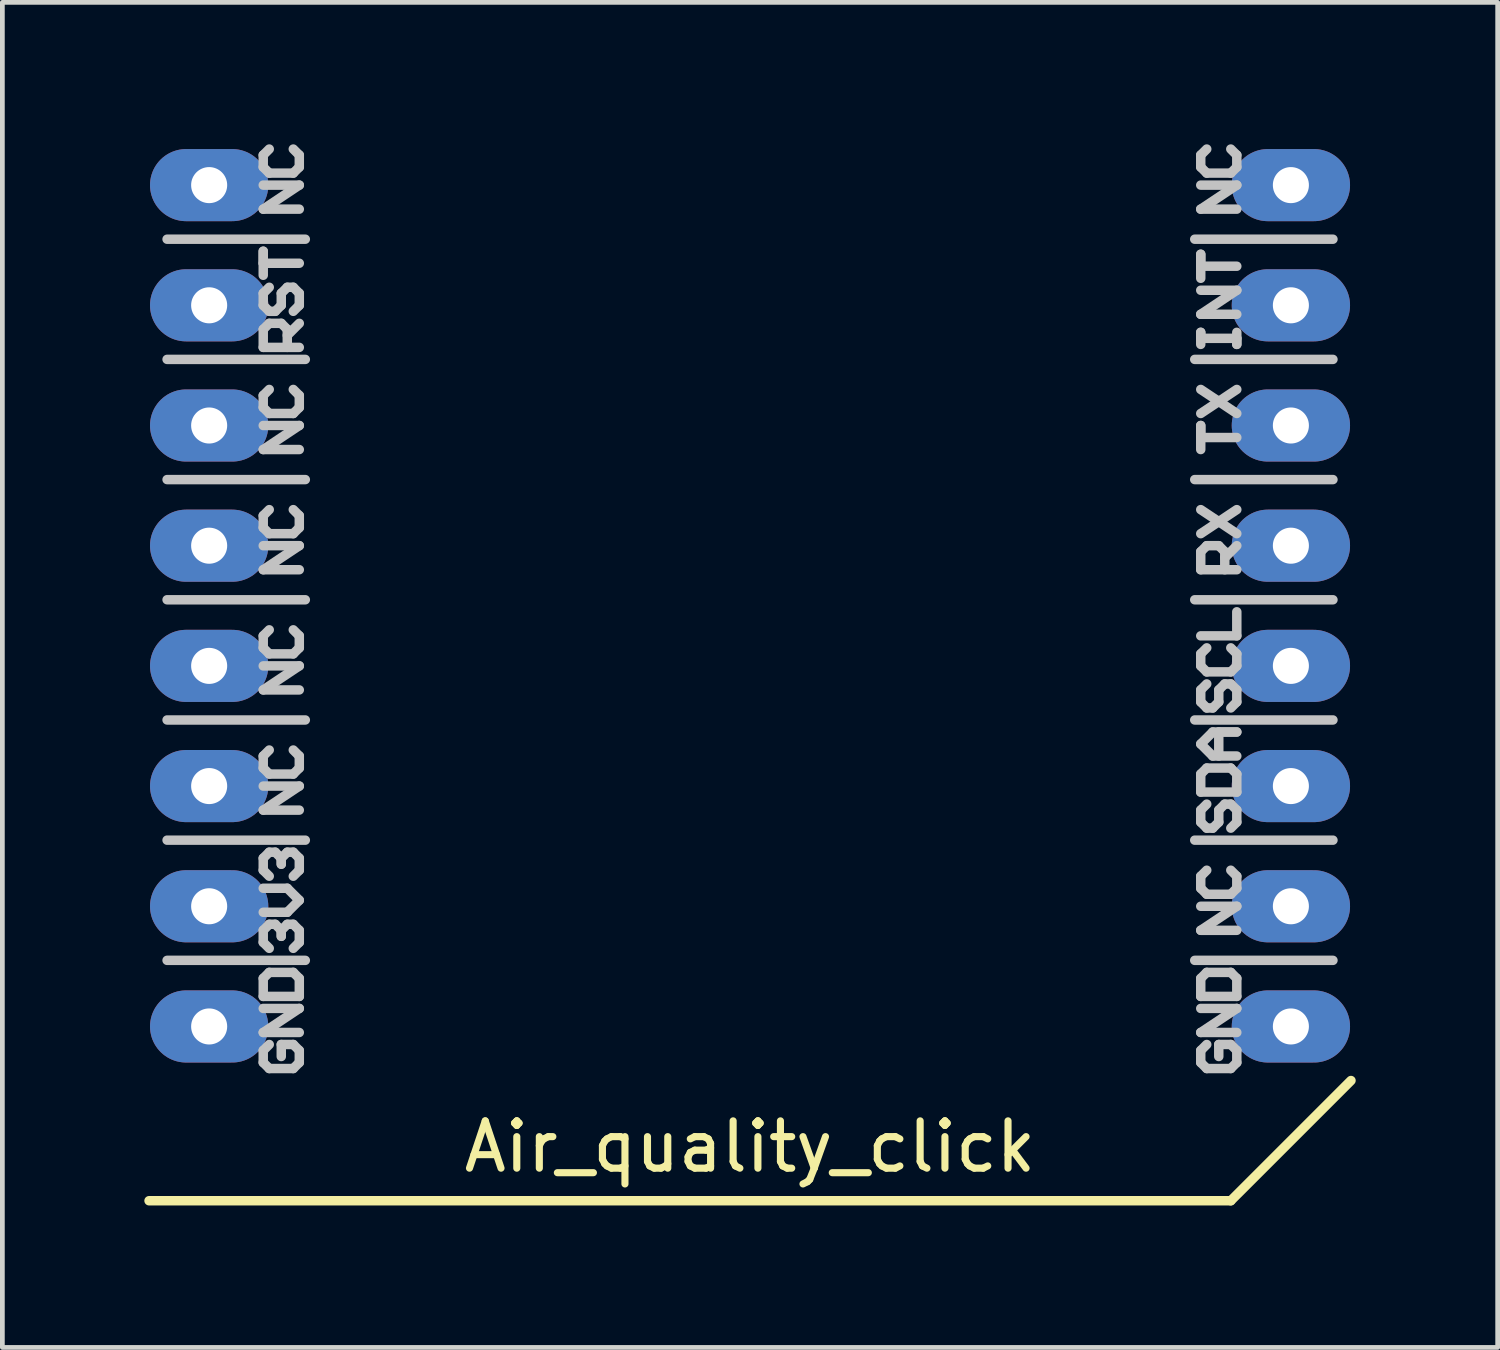
<source format=kicad_pcb>
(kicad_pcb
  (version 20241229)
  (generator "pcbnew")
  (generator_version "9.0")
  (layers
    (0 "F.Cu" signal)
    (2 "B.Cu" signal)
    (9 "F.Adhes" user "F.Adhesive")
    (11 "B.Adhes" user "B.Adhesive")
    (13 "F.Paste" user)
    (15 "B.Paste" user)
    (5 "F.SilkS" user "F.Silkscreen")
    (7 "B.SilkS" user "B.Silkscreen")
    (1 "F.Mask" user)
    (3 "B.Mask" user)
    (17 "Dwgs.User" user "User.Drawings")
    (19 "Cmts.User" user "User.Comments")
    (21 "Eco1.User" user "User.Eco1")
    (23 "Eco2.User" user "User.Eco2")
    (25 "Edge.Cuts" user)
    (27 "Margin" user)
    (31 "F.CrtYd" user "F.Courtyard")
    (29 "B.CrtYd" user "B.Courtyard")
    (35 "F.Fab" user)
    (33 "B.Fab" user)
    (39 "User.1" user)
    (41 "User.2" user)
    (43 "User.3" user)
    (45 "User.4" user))
  (footprint "Air_quality_click"
    (layer "F.Cu")
    (at 12.8 9.752)
    (property "Reference" "Air_quality_click" (at 0 11.43 0) (layer "F.SilkS") (effects (font (size 1 1) (thickness 0.15))))
    (attr through_hole)
    (fp_line (start -12.7 12.573) (end 10.16 12.573) (stroke (width 0.2) (type solid)) (layer "F.SilkS"))
    (fp_line (start 10.16 12.573) (end 12.7 10.033) (stroke (width 0.2) (type solid)) (layer "F.SilkS"))
    (fp_line (start -12.319 -7.747) (end -9.398 -7.747) (stroke (width 0.2) (type solid)) (layer "Dwgs.User"))
    (fp_line (start -12.319 -5.207) (end -9.398 -5.207) (stroke (width 0.2) (type solid)) (layer "Dwgs.User"))
    (fp_line (start -12.319 -2.667) (end -9.398 -2.667) (stroke (width 0.2) (type solid)) (layer "Dwgs.User"))
    (fp_line (start -12.319 -0.127) (end -9.398 -0.127) (stroke (width 0.2) (type solid)) (layer "Dwgs.User"))
    (fp_line (start -12.319 2.413) (end -9.398 2.413) (stroke (width 0.2) (type solid)) (layer "Dwgs.User"))
    (fp_line (start -12.319 4.953) (end -9.398 4.953) (stroke (width 0.2) (type solid)) (layer "Dwgs.User"))
    (fp_line (start -12.319 7.493) (end -9.398 7.493) (stroke (width 0.2) (type solid)) (layer "Dwgs.User"))
    (fp_line (start -10.287 -9.525) (end -10.287 -9.271) (stroke (width 0.2) (type solid)) (layer "Dwgs.User"))
    (fp_line (start -10.287 -9.271) (end -10.16 -9.144) (stroke (width 0.2) (type solid)) (layer "Dwgs.User"))
    (fp_line (start -10.287 -8.382) (end -9.525 -8.89) (stroke (width 0.2) (type solid)) (layer "Dwgs.User"))
    (fp_line (start -10.287 -7.493) (end -10.287 -7.239) (stroke (width 0.2) (type solid)) (layer "Dwgs.User"))
    (fp_line (start -10.287 -7.239) (end -9.525 -7.239) (stroke (width 0.2) (type solid)) (layer "Dwgs.User"))
    (fp_line (start -10.287 -6.985) (end -10.287 -7.493) (stroke (width 0.2) (type solid)) (layer "Dwgs.User"))
    (fp_line (start -10.287 -6.604) (end -10.287 -6.35) (stroke (width 0.2) (type solid)) (layer "Dwgs.User"))
    (fp_line (start -10.287 -6.35) (end -10.16 -6.223) (stroke (width 0.2) (type solid)) (layer "Dwgs.User"))
    (fp_line (start -10.287 -5.842) (end -10.16 -5.969) (stroke (width 0.2) (type solid)) (layer "Dwgs.User"))
    (fp_line (start -10.287 -5.461) (end -10.287 -5.842) (stroke (width 0.2) (type solid)) (layer "Dwgs.User"))
    (fp_line (start -10.287 -4.445) (end -10.287 -4.191) (stroke (width 0.2) (type solid)) (layer "Dwgs.User"))
    (fp_line (start -10.287 -4.191) (end -10.16 -4.064) (stroke (width 0.2) (type solid)) (layer "Dwgs.User"))
    (fp_line (start -10.287 -3.302) (end -9.525 -3.81) (stroke (width 0.2) (type solid)) (layer "Dwgs.User"))
    (fp_line (start -10.287 -1.905) (end -10.287 -1.651) (stroke (width 0.2) (type solid)) (layer "Dwgs.User"))
    (fp_line (start -10.287 -1.651) (end -10.16 -1.524) (stroke (width 0.2) (type solid)) (layer "Dwgs.User"))
    (fp_line (start -10.287 -0.762) (end -9.525 -1.27) (stroke (width 0.2) (type solid)) (layer "Dwgs.User"))
    (fp_line (start -10.287 0.635) (end -10.287 0.889) (stroke (width 0.2) (type solid)) (layer "Dwgs.User"))
    (fp_line (start -10.287 0.889) (end -10.16 1.016) (stroke (width 0.2) (type solid)) (layer "Dwgs.User"))
    (fp_line (start -10.287 1.778) (end -9.525 1.27) (stroke (width 0.2) (type solid)) (layer "Dwgs.User"))
    (fp_line (start -10.287 3.175) (end -10.287 3.429) (stroke (width 0.2) (type solid)) (layer "Dwgs.User"))
    (fp_line (start -10.287 3.429) (end -10.16 3.556) (stroke (width 0.2) (type solid)) (layer "Dwgs.User"))
    (fp_line (start -10.287 4.318) (end -9.525 3.81) (stroke (width 0.2) (type solid)) (layer "Dwgs.User"))
    (fp_line (start -10.287 5.334) (end -10.16 5.207) (stroke (width 0.2) (type solid)) (layer "Dwgs.User"))
    (fp_line (start -10.287 5.588) (end -10.287 5.334) (stroke (width 0.2) (type solid)) (layer "Dwgs.User"))
    (fp_line (start -10.287 6.477) (end -9.779 6.477) (stroke (width 0.2) (type solid)) (layer "Dwgs.User"))
    (fp_line (start -10.287 6.858) (end -10.16 6.731) (stroke (width 0.2) (type solid)) (layer "Dwgs.User"))
    (fp_line (start -10.287 7.112) (end -10.287 6.858) (stroke (width 0.2) (type solid)) (layer "Dwgs.User"))
    (fp_line (start -10.287 7.874) (end -10.287 8.255) (stroke (width 0.2) (type solid)) (layer "Dwgs.User"))
    (fp_line (start -10.287 8.255) (end -9.525 8.255) (stroke (width 0.2) (type solid)) (layer "Dwgs.User"))
    (fp_line (start -10.287 9.017) (end -9.525 8.509) (stroke (width 0.2) (type solid)) (layer "Dwgs.User"))
    (fp_line (start -10.287 9.398) (end -10.287 9.652) (stroke (width 0.2) (type solid)) (layer "Dwgs.User"))
    (fp_line (start -10.287 9.652) (end -10.16 9.779) (stroke (width 0.2) (type solid)) (layer "Dwgs.User"))
    (fp_line (start -10.16 -9.652) (end -10.287 -9.525) (stroke (width 0.2) (type solid)) (layer "Dwgs.User"))
    (fp_line (start -10.16 -9.144) (end -9.652 -9.144) (stroke (width 0.2) (type solid)) (layer "Dwgs.User"))
    (fp_line (start -10.16 -6.731) (end -10.287 -6.604) (stroke (width 0.2) (type solid)) (layer "Dwgs.User"))
    (fp_line (start -10.16 -6.223) (end -10.033 -6.223) (stroke (width 0.2) (type solid)) (layer "Dwgs.User"))
    (fp_line (start -10.16 -5.969) (end -9.906 -5.969) (stroke (width 0.2) (type solid)) (layer "Dwgs.User"))
    (fp_line (start -10.16 -4.572) (end -10.287 -4.445) (stroke (width 0.2) (type solid)) (layer "Dwgs.User"))
    (fp_line (start -10.16 -4.064) (end -9.652 -4.064) (stroke (width 0.2) (type solid)) (layer "Dwgs.User"))
    (fp_line (start -10.16 -2.032) (end -10.287 -1.905) (stroke (width 0.2) (type solid)) (layer "Dwgs.User"))
    (fp_line (start -10.16 -1.524) (end -9.652 -1.524) (stroke (width 0.2) (type solid)) (layer "Dwgs.User"))
    (fp_line (start -10.16 0.508) (end -10.287 0.635) (stroke (width 0.2) (type solid)) (layer "Dwgs.User"))
    (fp_line (start -10.16 1.016) (end -9.652 1.016) (stroke (width 0.2) (type solid)) (layer "Dwgs.User"))
    (fp_line (start -10.16 3.048) (end -10.287 3.175) (stroke (width 0.2) (type solid)) (layer "Dwgs.User"))
    (fp_line (start -10.16 3.556) (end -9.652 3.556) (stroke (width 0.2) (type solid)) (layer "Dwgs.User"))
    (fp_line (start -10.16 5.207) (end -10.033 5.207) (stroke (width 0.2) (type solid)) (layer "Dwgs.User"))
    (fp_line (start -10.16 5.715) (end -10.287 5.588) (stroke (width 0.2) (type solid)) (layer "Dwgs.User"))
    (fp_line (start -10.16 6.731) (end -10.033 6.731) (stroke (width 0.2) (type solid)) (layer "Dwgs.User"))
    (fp_line (start -10.16 7.239) (end -10.287 7.112) (stroke (width 0.2) (type solid)) (layer "Dwgs.User"))
    (fp_line (start -10.16 7.747) (end -10.287 7.874) (stroke (width 0.2) (type solid)) (layer "Dwgs.User"))
    (fp_line (start -10.16 9.271) (end -10.287 9.398) (stroke (width 0.2) (type solid)) (layer "Dwgs.User"))
    (fp_line (start -10.16 9.779) (end -9.652 9.779) (stroke (width 0.2) (type solid)) (layer "Dwgs.User"))
    (fp_line (start -10.033 -6.223) (end -9.906 -6.35) (stroke (width 0.2) (type solid)) (layer "Dwgs.User"))
    (fp_line (start -10.033 5.207) (end -9.906 5.334) (stroke (width 0.2) (type solid)) (layer "Dwgs.User"))
    (fp_line (start -10.033 6.731) (end -9.906 6.858) (stroke (width 0.2) (type solid)) (layer "Dwgs.User"))
    (fp_line (start -9.906 -6.604) (end -9.779 -6.731) (stroke (width 0.2) (type solid)) (layer "Dwgs.User"))
    (fp_line (start -9.906 -6.35) (end -9.906 -6.604) (stroke (width 0.2) (type solid)) (layer "Dwgs.User"))
    (fp_line (start -9.906 -5.969) (end -9.779 -5.842) (stroke (width 0.2) (type solid)) (layer "Dwgs.User"))
    (fp_line (start -9.906 5.334) (end -9.906 5.461) (stroke (width 0.2) (type solid)) (layer "Dwgs.User"))
    (fp_line (start -9.906 5.334) (end -9.779 5.207) (stroke (width 0.2) (type solid)) (layer "Dwgs.User"))
    (fp_line (start -9.906 5.461) (end -9.906 5.334) (stroke (width 0.2) (type solid)) (layer "Dwgs.User"))
    (fp_line (start -9.906 6.858) (end -9.906 6.985) (stroke (width 0.2) (type solid)) (layer "Dwgs.User"))
    (fp_line (start -9.906 6.858) (end -9.779 6.731) (stroke (width 0.2) (type solid)) (layer "Dwgs.User"))
    (fp_line (start -9.906 6.985) (end -9.906 6.858) (stroke (width 0.2) (type solid)) (layer "Dwgs.User"))
    (fp_line (start -9.906 9.271) (end -9.906 9.525) (stroke (width 0.2) (type solid)) (layer "Dwgs.User"))
    (fp_line (start -9.779 -6.731) (end -9.652 -6.731) (stroke (width 0.2) (type solid)) (layer "Dwgs.User"))
    (fp_line (start -9.779 -5.842) (end -9.779 -5.461) (stroke (width 0.2) (type solid)) (layer "Dwgs.User"))
    (fp_line (start -9.779 -5.715) (end -9.525 -5.969) (stroke (width 0.2) (type solid)) (layer "Dwgs.User"))
    (fp_line (start -9.779 5.207) (end -9.652 5.207) (stroke (width 0.2) (type solid)) (layer "Dwgs.User"))
    (fp_line (start -9.779 5.969) (end -10.287 5.969) (stroke (width 0.2) (type solid)) (layer "Dwgs.User"))
    (fp_line (start -9.779 6.477) (end -9.525 6.223) (stroke (width 0.2) (type solid)) (layer "Dwgs.User"))
    (fp_line (start -9.779 6.731) (end -9.652 6.731) (stroke (width 0.2) (type solid)) (layer "Dwgs.User"))
    (fp_line (start -9.652 -9.144) (end -9.525 -9.271) (stroke (width 0.2) (type solid)) (layer "Dwgs.User"))
    (fp_line (start -9.652 -6.731) (end -9.525 -6.604) (stroke (width 0.2) (type solid)) (layer "Dwgs.User"))
    (fp_line (start -9.652 -4.064) (end -9.525 -4.191) (stroke (width 0.2) (type solid)) (layer "Dwgs.User"))
    (fp_line (start -9.652 -1.524) (end -9.525 -1.651) (stroke (width 0.2) (type solid)) (layer "Dwgs.User"))
    (fp_line (start -9.652 1.016) (end -9.525 0.889) (stroke (width 0.2) (type solid)) (layer "Dwgs.User"))
    (fp_line (start -9.652 3.556) (end -9.525 3.429) (stroke (width 0.2) (type solid)) (layer "Dwgs.User"))
    (fp_line (start -9.652 5.207) (end -9.525 5.334) (stroke (width 0.2) (type solid)) (layer "Dwgs.User"))
    (fp_line (start -9.652 6.731) (end -9.525 6.858) (stroke (width 0.2) (type solid)) (layer "Dwgs.User"))
    (fp_line (start -9.652 7.747) (end -10.16 7.747) (stroke (width 0.2) (type solid)) (layer "Dwgs.User"))
    (fp_line (start -9.652 9.271) (end -9.906 9.271) (stroke (width 0.2) (type solid)) (layer "Dwgs.User"))
    (fp_line (start -9.652 9.779) (end -9.525 9.652) (stroke (width 0.2) (type solid)) (layer "Dwgs.User"))
    (fp_line (start -9.525 -9.525) (end -9.652 -9.652) (stroke (width 0.2) (type solid)) (layer "Dwgs.User"))
    (fp_line (start -9.525 -9.271) (end -9.525 -9.525) (stroke (width 0.2) (type solid)) (layer "Dwgs.User"))
    (fp_line (start -9.525 -8.89) (end -10.287 -8.89) (stroke (width 0.2) (type solid)) (layer "Dwgs.User"))
    (fp_line (start -9.525 -8.382) (end -10.287 -8.382) (stroke (width 0.2) (type solid)) (layer "Dwgs.User"))
    (fp_line (start -9.525 -6.604) (end -9.525 -6.35) (stroke (width 0.2) (type solid)) (layer "Dwgs.User"))
    (fp_line (start -9.525 -6.35) (end -9.652 -6.223) (stroke (width 0.2) (type solid)) (layer "Dwgs.User"))
    (fp_line (start -9.525 -5.461) (end -10.287 -5.461) (stroke (width 0.2) (type solid)) (layer "Dwgs.User"))
    (fp_line (start -9.525 -4.445) (end -9.652 -4.572) (stroke (width 0.2) (type solid)) (layer "Dwgs.User"))
    (fp_line (start -9.525 -4.191) (end -9.525 -4.445) (stroke (width 0.2) (type solid)) (layer "Dwgs.User"))
    (fp_line (start -9.525 -3.81) (end -10.287 -3.81) (stroke (width 0.2) (type solid)) (layer "Dwgs.User"))
    (fp_line (start -9.525 -3.302) (end -10.287 -3.302) (stroke (width 0.2) (type solid)) (layer "Dwgs.User"))
    (fp_line (start -9.525 -1.905) (end -9.652 -2.032) (stroke (width 0.2) (type solid)) (layer "Dwgs.User"))
    (fp_line (start -9.525 -1.651) (end -9.525 -1.905) (stroke (width 0.2) (type solid)) (layer "Dwgs.User"))
    (fp_line (start -9.525 -1.27) (end -10.287 -1.27) (stroke (width 0.2) (type solid)) (layer "Dwgs.User"))
    (fp_line (start -9.525 -0.762) (end -10.287 -0.762) (stroke (width 0.2) (type solid)) (layer "Dwgs.User"))
    (fp_line (start -9.525 0.635) (end -9.652 0.508) (stroke (width 0.2) (type solid)) (layer "Dwgs.User"))
    (fp_line (start -9.525 0.889) (end -9.525 0.635) (stroke (width 0.2) (type solid)) (layer "Dwgs.User"))
    (fp_line (start -9.525 1.27) (end -10.287 1.27) (stroke (width 0.2) (type solid)) (layer "Dwgs.User"))
    (fp_line (start -9.525 1.778) (end -10.287 1.778) (stroke (width 0.2) (type solid)) (layer "Dwgs.User"))
    (fp_line (start -9.525 3.175) (end -9.652 3.048) (stroke (width 0.2) (type solid)) (layer "Dwgs.User"))
    (fp_line (start -9.525 3.429) (end -9.525 3.175) (stroke (width 0.2) (type solid)) (layer "Dwgs.User"))
    (fp_line (start -9.525 3.81) (end -10.287 3.81) (stroke (width 0.2) (type solid)) (layer "Dwgs.User"))
    (fp_line (start -9.525 4.318) (end -10.287 4.318) (stroke (width 0.2) (type solid)) (layer "Dwgs.User"))
    (fp_line (start -9.525 5.334) (end -9.525 5.588) (stroke (width 0.2) (type solid)) (layer "Dwgs.User"))
    (fp_line (start -9.525 5.588) (end -9.652 5.715) (stroke (width 0.2) (type solid)) (layer "Dwgs.User"))
    (fp_line (start -9.525 6.223) (end -9.779 5.969) (stroke (width 0.2) (type solid)) (layer "Dwgs.User"))
    (fp_line (start -9.525 6.858) (end -9.525 7.112) (stroke (width 0.2) (type solid)) (layer "Dwgs.User"))
    (fp_line (start -9.525 7.112) (end -9.652 7.239) (stroke (width 0.2) (type solid)) (layer "Dwgs.User"))
    (fp_line (start -9.525 7.874) (end -9.652 7.747) (stroke (width 0.2) (type solid)) (layer "Dwgs.User"))
    (fp_line (start -9.525 8.255) (end -9.525 7.874) (stroke (width 0.2) (type solid)) (layer "Dwgs.User"))
    (fp_line (start -9.525 8.509) (end -10.287 8.509) (stroke (width 0.2) (type solid)) (layer "Dwgs.User"))
    (fp_line (start -9.525 9.017) (end -10.287 9.017) (stroke (width 0.2) (type solid)) (layer "Dwgs.User"))
    (fp_line (start -9.525 9.398) (end -9.652 9.271) (stroke (width 0.2) (type solid)) (layer "Dwgs.User"))
    (fp_line (start -9.525 9.652) (end -9.525 9.398) (stroke (width 0.2) (type solid)) (layer "Dwgs.User"))
    (fp_line (start 9.398 -7.747) (end 12.319 -7.747) (stroke (width 0.2) (type solid)) (layer "Dwgs.User"))
    (fp_line (start 9.398 -5.207) (end 12.319 -5.207) (stroke (width 0.2) (type solid)) (layer "Dwgs.User"))
    (fp_line (start 9.398 -2.667) (end 12.319 -2.667) (stroke (width 0.2) (type solid)) (layer "Dwgs.User"))
    (fp_line (start 9.398 -0.127) (end 12.319 -0.127) (stroke (width 0.2) (type solid)) (layer "Dwgs.User"))
    (fp_line (start 9.398 2.413) (end 12.319 2.413) (stroke (width 0.2) (type solid)) (layer "Dwgs.User"))
    (fp_line (start 9.398 4.953) (end 12.319 4.953) (stroke (width 0.2) (type solid)) (layer "Dwgs.User"))
    (fp_line (start 9.398 7.493) (end 12.319 7.493) (stroke (width 0.2) (type solid)) (layer "Dwgs.User"))
    (fp_line (start 9.525 -9.525) (end 9.525 -9.271) (stroke (width 0.2) (type solid)) (layer "Dwgs.User"))
    (fp_line (start 9.525 -9.271) (end 9.652 -9.144) (stroke (width 0.2) (type solid)) (layer "Dwgs.User"))
    (fp_line (start 9.525 -8.382) (end 10.287 -8.89) (stroke (width 0.2) (type solid)) (layer "Dwgs.User"))
    (fp_line (start 9.525 -7.429) (end 9.525 -7.176) (stroke (width 0.2) (type solid)) (layer "Dwgs.User"))
    (fp_line (start 9.525 -7.176) (end 10.287 -7.176) (stroke (width 0.2) (type solid)) (layer "Dwgs.User"))
    (fp_line (start 9.525 -6.921) (end 9.525 -7.429) (stroke (width 0.2) (type solid)) (layer "Dwgs.User"))
    (fp_line (start 9.525 -6.16) (end 10.287 -6.668) (stroke (width 0.2) (type solid)) (layer "Dwgs.User"))
    (fp_line (start 9.525 -5.779) (end 9.525 -5.652) (stroke (width 0.2) (type solid)) (layer "Dwgs.User"))
    (fp_line (start 9.525 -5.652) (end 10.287 -5.652) (stroke (width 0.2) (type solid)) (layer "Dwgs.User"))
    (fp_line (start 9.525 -5.524) (end 9.525 -5.779) (stroke (width 0.2) (type solid)) (layer "Dwgs.User"))
    (fp_line (start 9.525 -4.572) (end 10.287 -4.064) (stroke (width 0.2) (type solid)) (layer "Dwgs.User"))
    (fp_line (start 9.525 -4.064) (end 10.287 -4.572) (stroke (width 0.2) (type solid)) (layer "Dwgs.User"))
    (fp_line (start 9.525 -3.81) (end 9.525 -3.556) (stroke (width 0.2) (type solid)) (layer "Dwgs.User"))
    (fp_line (start 9.525 -3.556) (end 10.287 -3.556) (stroke (width 0.2) (type solid)) (layer "Dwgs.User"))
    (fp_line (start 9.525 -3.302) (end 9.525 -3.81) (stroke (width 0.2) (type solid)) (layer "Dwgs.User"))
    (fp_line (start 9.525 -2.032) (end 10.287 -1.524) (stroke (width 0.2) (type solid)) (layer "Dwgs.User"))
    (fp_line (start 9.525 -1.524) (end 10.287 -2.032) (stroke (width 0.2) (type solid)) (layer "Dwgs.User"))
    (fp_line (start 9.525 -1.143) (end 9.652 -1.27) (stroke (width 0.2) (type solid)) (layer "Dwgs.User"))
    (fp_line (start 9.525 -0.762) (end 9.525 -1.143) (stroke (width 0.2) (type solid)) (layer "Dwgs.User"))
    (fp_line (start 9.525 0.635) (end 10.287 0.635) (stroke (width 0.2) (type solid)) (layer "Dwgs.User"))
    (fp_line (start 9.525 1.016) (end 9.525 1.27) (stroke (width 0.2) (type solid)) (layer "Dwgs.User"))
    (fp_line (start 9.525 1.27) (end 9.652 1.397) (stroke (width 0.2) (type solid)) (layer "Dwgs.User"))
    (fp_line (start 9.525 1.778) (end 9.525 2.032) (stroke (width 0.2) (type solid)) (layer "Dwgs.User"))
    (fp_line (start 9.525 2.032) (end 9.652 2.159) (stroke (width 0.2) (type solid)) (layer "Dwgs.User"))
    (fp_line (start 9.525 2.921) (end 9.779 2.667) (stroke (width 0.2) (type solid)) (layer "Dwgs.User"))
    (fp_line (start 9.525 3.556) (end 9.525 3.937) (stroke (width 0.2) (type solid)) (layer "Dwgs.User"))
    (fp_line (start 9.525 3.937) (end 10.287 3.937) (stroke (width 0.2) (type solid)) (layer "Dwgs.User"))
    (fp_line (start 9.525 4.318) (end 9.525 4.572) (stroke (width 0.2) (type solid)) (layer "Dwgs.User"))
    (fp_line (start 9.525 4.572) (end 9.652 4.699) (stroke (width 0.2) (type solid)) (layer "Dwgs.User"))
    (fp_line (start 9.525 5.715) (end 9.525 5.969) (stroke (width 0.2) (type solid)) (layer "Dwgs.User"))
    (fp_line (start 9.525 5.969) (end 9.652 6.096) (stroke (width 0.2) (type solid)) (layer "Dwgs.User"))
    (fp_line (start 9.525 6.858) (end 10.287 6.35) (stroke (width 0.2) (type solid)) (layer "Dwgs.User"))
    (fp_line (start 9.525 7.874) (end 9.525 8.255) (stroke (width 0.2) (type solid)) (layer "Dwgs.User"))
    (fp_line (start 9.525 8.255) (end 10.287 8.255) (stroke (width 0.2) (type solid)) (layer "Dwgs.User"))
    (fp_line (start 9.525 9.017) (end 10.287 8.509) (stroke (width 0.2) (type solid)) (layer "Dwgs.User"))
    (fp_line (start 9.525 9.398) (end 9.525 9.652) (stroke (width 0.2) (type solid)) (layer "Dwgs.User"))
    (fp_line (start 9.525 9.652) (end 9.652 9.779) (stroke (width 0.2) (type solid)) (layer "Dwgs.User"))
    (fp_line (start 9.652 -9.652) (end 9.525 -9.525) (stroke (width 0.2) (type solid)) (layer "Dwgs.User"))
    (fp_line (start 9.652 -9.144) (end 10.16 -9.144) (stroke (width 0.2) (type solid)) (layer "Dwgs.User"))
    (fp_line (start 9.652 -1.27) (end 9.906 -1.27) (stroke (width 0.2) (type solid)) (layer "Dwgs.User"))
    (fp_line (start 9.652 0.889) (end 9.525 1.016) (stroke (width 0.2) (type solid)) (layer "Dwgs.User"))
    (fp_line (start 9.652 1.397) (end 10.16 1.397) (stroke (width 0.2) (type solid)) (layer "Dwgs.User"))
    (fp_line (start 9.652 1.651) (end 9.525 1.778) (stroke (width 0.2) (type solid)) (layer "Dwgs.User"))
    (fp_line (start 9.652 2.159) (end 9.779 2.159) (stroke (width 0.2) (type solid)) (layer "Dwgs.User"))
    (fp_line (start 9.652 3.429) (end 9.525 3.556) (stroke (width 0.2) (type solid)) (layer "Dwgs.User"))
    (fp_line (start 9.652 4.191) (end 9.525 4.318) (stroke (width 0.2) (type solid)) (layer "Dwgs.User"))
    (fp_line (start 9.652 4.699) (end 9.779 4.699) (stroke (width 0.2) (type solid)) (layer "Dwgs.User"))
    (fp_line (start 9.652 5.588) (end 9.525 5.715) (stroke (width 0.2) (type solid)) (layer "Dwgs.User"))
    (fp_line (start 9.652 6.096) (end 10.16 6.096) (stroke (width 0.2) (type solid)) (layer "Dwgs.User"))
    (fp_line (start 9.652 7.747) (end 9.525 7.874) (stroke (width 0.2) (type solid)) (layer "Dwgs.User"))
    (fp_line (start 9.652 9.271) (end 9.525 9.398) (stroke (width 0.2) (type solid)) (layer "Dwgs.User"))
    (fp_line (start 9.652 9.779) (end 10.16 9.779) (stroke (width 0.2) (type solid)) (layer "Dwgs.User"))
    (fp_line (start 9.779 2.159) (end 9.906 2.032) (stroke (width 0.2) (type solid)) (layer "Dwgs.User"))
    (fp_line (start 9.779 2.667) (end 10.287 2.667) (stroke (width 0.2) (type solid)) (layer "Dwgs.User"))
    (fp_line (start 9.779 3.175) (end 9.525 2.921) (stroke (width 0.2) (type solid)) (layer "Dwgs.User"))
    (fp_line (start 9.779 4.699) (end 9.906 4.572) (stroke (width 0.2) (type solid)) (layer "Dwgs.User"))
    (fp_line (start 9.906 -1.27) (end 10.033 -1.143) (stroke (width 0.2) (type solid)) (layer "Dwgs.User"))
    (fp_line (start 9.906 1.778) (end 10.033 1.651) (stroke (width 0.2) (type solid)) (layer "Dwgs.User"))
    (fp_line (start 9.906 2.032) (end 9.906 1.778) (stroke (width 0.2) (type solid)) (layer "Dwgs.User"))
    (fp_line (start 9.906 2.667) (end 9.906 3.175) (stroke (width 0.2) (type solid)) (layer "Dwgs.User"))
    (fp_line (start 9.906 4.318) (end 10.033 4.191) (stroke (width 0.2) (type solid)) (layer "Dwgs.User"))
    (fp_line (start 9.906 4.572) (end 9.906 4.318) (stroke (width 0.2) (type solid)) (layer "Dwgs.User"))
    (fp_line (start 9.906 9.271) (end 9.906 9.525) (stroke (width 0.2) (type solid)) (layer "Dwgs.User"))
    (fp_line (start 10.033 -1.143) (end 10.033 -0.762) (stroke (width 0.2) (type solid)) (layer "Dwgs.User"))
    (fp_line (start 10.033 -1.016) (end 10.287 -1.27) (stroke (width 0.2) (type solid)) (layer "Dwgs.User"))
    (fp_line (start 10.033 1.651) (end 10.16 1.651) (stroke (width 0.2) (type solid)) (layer "Dwgs.User"))
    (fp_line (start 10.033 4.191) (end 10.16 4.191) (stroke (width 0.2) (type solid)) (layer "Dwgs.User"))
    (fp_line (start 10.16 -9.144) (end 10.287 -9.271) (stroke (width 0.2) (type solid)) (layer "Dwgs.User"))
    (fp_line (start 10.16 1.397) (end 10.287 1.27) (stroke (width 0.2) (type solid)) (layer "Dwgs.User"))
    (fp_line (start 10.16 1.651) (end 10.287 1.778) (stroke (width 0.2) (type solid)) (layer "Dwgs.User"))
    (fp_line (start 10.16 3.429) (end 9.652 3.429) (stroke (width 0.2) (type solid)) (layer "Dwgs.User"))
    (fp_line (start 10.16 4.191) (end 10.287 4.318) (stroke (width 0.2) (type solid)) (layer "Dwgs.User"))
    (fp_line (start 10.16 6.096) (end 10.287 5.969) (stroke (width 0.2) (type solid)) (layer "Dwgs.User"))
    (fp_line (start 10.16 7.747) (end 9.652 7.747) (stroke (width 0.2) (type solid)) (layer "Dwgs.User"))
    (fp_line (start 10.16 9.271) (end 9.906 9.271) (stroke (width 0.2) (type solid)) (layer "Dwgs.User"))
    (fp_line (start 10.16 9.779) (end 10.287 9.652) (stroke (width 0.2) (type solid)) (layer "Dwgs.User"))
    (fp_line (start 10.287 -9.525) (end 10.16 -9.652) (stroke (width 0.2) (type solid)) (layer "Dwgs.User"))
    (fp_line (start 10.287 -9.271) (end 10.287 -9.525) (stroke (width 0.2) (type solid)) (layer "Dwgs.User"))
    (fp_line (start 10.287 -8.89) (end 9.525 -8.89) (stroke (width 0.2) (type solid)) (layer "Dwgs.User"))
    (fp_line (start 10.287 -8.382) (end 9.525 -8.382) (stroke (width 0.2) (type solid)) (layer "Dwgs.User"))
    (fp_line (start 10.287 -6.668) (end 9.525 -6.668) (stroke (width 0.2) (type solid)) (layer "Dwgs.User"))
    (fp_line (start 10.287 -6.16) (end 9.525 -6.16) (stroke (width 0.2) (type solid)) (layer "Dwgs.User"))
    (fp_line (start 10.287 -5.652) (end 10.287 -5.524) (stroke (width 0.2) (type solid)) (layer "Dwgs.User"))
    (fp_line (start 10.287 -5.524) (end 10.287 -5.779) (stroke (width 0.2) (type solid)) (layer "Dwgs.User"))
    (fp_line (start 10.287 -0.762) (end 9.525 -0.762) (stroke (width 0.2) (type solid)) (layer "Dwgs.User"))
    (fp_line (start 10.287 0.635) (end 10.287 0.127) (stroke (width 0.2) (type solid)) (layer "Dwgs.User"))
    (fp_line (start 10.287 1.016) (end 10.16 0.889) (stroke (width 0.2) (type solid)) (layer "Dwgs.User"))
    (fp_line (start 10.287 1.27) (end 10.287 1.016) (stroke (width 0.2) (type solid)) (layer "Dwgs.User"))
    (fp_line (start 10.287 1.778) (end 10.287 2.032) (stroke (width 0.2) (type solid)) (layer "Dwgs.User"))
    (fp_line (start 10.287 2.032) (end 10.16 2.159) (stroke (width 0.2) (type solid)) (layer "Dwgs.User"))
    (fp_line (start 10.287 2.667) (end 9.906 2.667) (stroke (width 0.2) (type solid)) (layer "Dwgs.User"))
    (fp_line (start 10.287 3.175) (end 9.779 3.175) (stroke (width 0.2) (type solid)) (layer "Dwgs.User"))
    (fp_line (start 10.287 3.556) (end 10.16 3.429) (stroke (width 0.2) (type solid)) (layer "Dwgs.User"))
    (fp_line (start 10.287 3.937) (end 10.287 3.556) (stroke (width 0.2) (type solid)) (layer "Dwgs.User"))
    (fp_line (start 10.287 4.318) (end 10.287 4.572) (stroke (width 0.2) (type solid)) (layer "Dwgs.User"))
    (fp_line (start 10.287 4.572) (end 10.16 4.699) (stroke (width 0.2) (type solid)) (layer "Dwgs.User"))
    (fp_line (start 10.287 5.715) (end 10.16 5.588) (stroke (width 0.2) (type solid)) (layer "Dwgs.User"))
    (fp_line (start 10.287 5.969) (end 10.287 5.715) (stroke (width 0.2) (type solid)) (layer "Dwgs.User"))
    (fp_line (start 10.287 6.35) (end 9.525 6.35) (stroke (width 0.2) (type solid)) (layer "Dwgs.User"))
    (fp_line (start 10.287 6.858) (end 9.525 6.858) (stroke (width 0.2) (type solid)) (layer "Dwgs.User"))
    (fp_line (start 10.287 7.874) (end 10.16 7.747) (stroke (width 0.2) (type solid)) (layer "Dwgs.User"))
    (fp_line (start 10.287 8.255) (end 10.287 7.874) (stroke (width 0.2) (type solid)) (layer "Dwgs.User"))
    (fp_line (start 10.287 8.509) (end 9.525 8.509) (stroke (width 0.2) (type solid)) (layer "Dwgs.User"))
    (fp_line (start 10.287 9.017) (end 9.525 9.017) (stroke (width 0.2) (type solid)) (layer "Dwgs.User"))
    (fp_line (start 10.287 9.398) (end 10.16 9.271) (stroke (width 0.2) (type solid)) (layer "Dwgs.User"))
    (fp_line (start 10.287 9.652) (end 10.287 9.398) (stroke (width 0.2) (type solid)) (layer "Dwgs.User"))
    (pad "1" thru_hole oval (at -11.43 -8.89) (size 2.5 1.524) (drill 0.762) (layers "*.Cu" "*.Mask"))
    (pad "2" thru_hole oval (at -11.43 -6.35) (size 2.5 1.524) (drill 0.762) (layers "*.Cu" "*.Mask"))
    (pad "3" thru_hole oval (at -11.43 -3.81) (size 2.5 1.524) (drill 0.762) (layers "*.Cu" "*.Mask"))
    (pad "4" thru_hole oval (at -11.43 -1.27) (size 2.5 1.524) (drill 0.762) (layers "*.Cu" "*.Mask"))
    (pad "5" thru_hole oval (at -11.43 1.27) (size 2.5 1.524) (drill 0.762) (layers "*.Cu" "*.Mask"))
    (pad "6" thru_hole oval (at -11.43 3.81) (size 2.5 1.524) (drill 0.762) (layers "*.Cu" "*.Mask"))
    (pad "7" thru_hole oval (at -11.43 6.35) (size 2.5 1.524) (drill 0.762) (layers "*.Cu" "*.Mask"))
    (pad "8" thru_hole oval (at -11.43 8.89) (size 2.5 1.524) (drill 0.762) (layers "*.Cu" "*.Mask"))
    (pad "9" thru_hole oval (at 11.43 8.89) (size 2.5 1.524) (drill 0.762) (layers "*.Cu" "*.Mask"))
    (pad "10" thru_hole oval (at 11.43 6.35) (size 2.5 1.524) (drill 0.762) (layers "*.Cu" "*.Mask"))
    (pad "11" thru_hole oval (at 11.43 3.81) (size 2.5 1.524) (drill 0.762) (layers "*.Cu" "*.Mask"))
    (pad "12" thru_hole oval (at 11.43 1.27) (size 2.5 1.524) (drill 0.762) (layers "*.Cu" "*.Mask"))
    (pad "13" thru_hole oval (at 11.43 -1.27) (size 2.5 1.524) (drill 0.762) (layers "*.Cu" "*.Mask"))
    (pad "14" thru_hole oval (at 11.43 -3.81) (size 2.5 1.524) (drill 0.762) (layers "*.Cu" "*.Mask"))
    (pad "15" thru_hole oval (at 11.43 -6.35) (size 2.5 1.524) (drill 0.762) (layers "*.Cu" "*.Mask"))
    (pad "16" thru_hole oval (at 11.43 -8.89) (size 2.5 1.524) (drill 0.762) (layers "*.Cu" "*.Mask")))
  (gr_rect
    (start -3 -3)
    (end 28.6 25.425)
    (stroke (width 0.1) (type default))
    (fill no)
    (layer "Edge.Cuts")))
</source>
